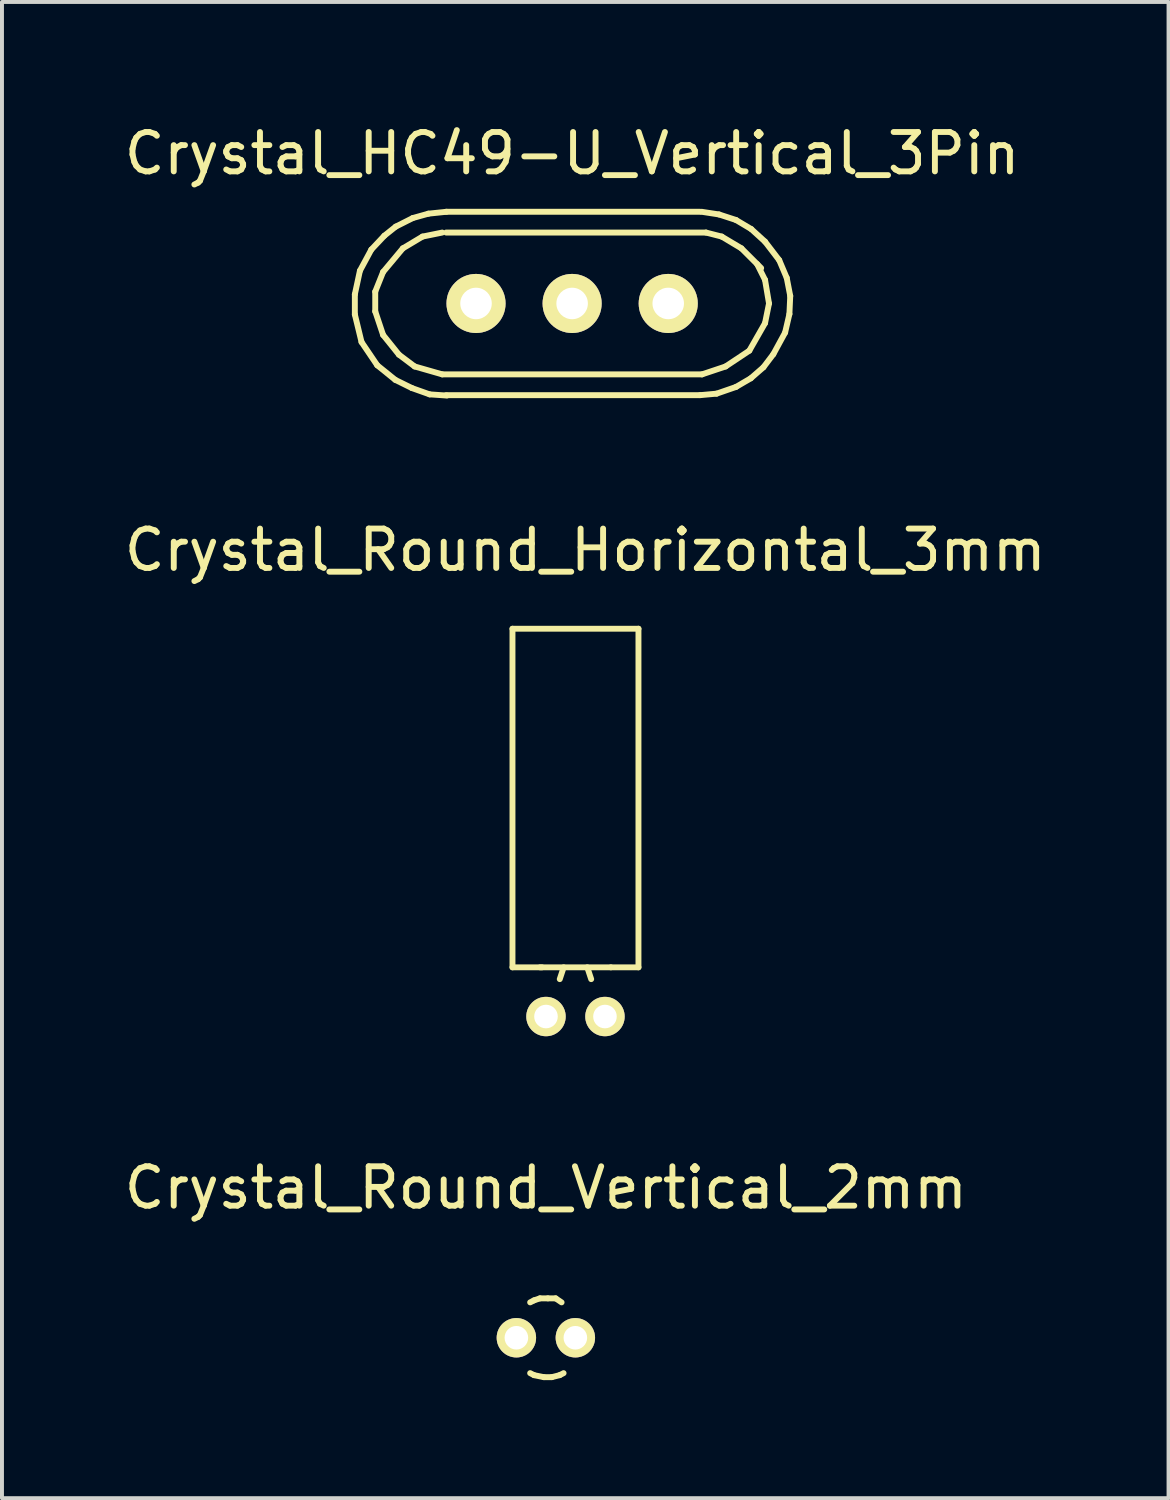
<source format=kicad_pcb>
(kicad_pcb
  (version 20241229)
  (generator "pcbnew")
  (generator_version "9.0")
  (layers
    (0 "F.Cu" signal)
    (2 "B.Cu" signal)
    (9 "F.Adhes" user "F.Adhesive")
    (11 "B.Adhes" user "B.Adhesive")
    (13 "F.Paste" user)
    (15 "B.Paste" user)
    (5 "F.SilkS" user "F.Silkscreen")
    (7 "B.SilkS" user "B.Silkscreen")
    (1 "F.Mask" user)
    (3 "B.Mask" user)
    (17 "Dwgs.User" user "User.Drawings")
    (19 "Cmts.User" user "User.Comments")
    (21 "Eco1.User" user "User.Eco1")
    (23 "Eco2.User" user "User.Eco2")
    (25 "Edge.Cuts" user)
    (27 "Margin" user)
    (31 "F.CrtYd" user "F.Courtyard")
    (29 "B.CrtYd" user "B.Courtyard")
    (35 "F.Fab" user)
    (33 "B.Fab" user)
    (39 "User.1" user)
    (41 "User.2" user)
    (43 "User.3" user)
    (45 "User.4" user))
  (footprint "Crystal_Round_Vertical_2mm"
    (layer "F.Cu")
    (at 10.815 30.929)
    (property "Reference" "Crystal_Round_Vertical_2mm" (at 0 -3.81 0) (layer "F.SilkS") (effects (font (size 1 1) (thickness 0.15))))
    (attr through_hole)
    (fp_line (start -0.3 -0.95) (end -0.399 -0.899) (stroke (width 0.15) (type solid)) (layer "F.SilkS"))
    (fp_line (start -0.3 0.95) (end -0.399 0.899) (stroke (width 0.15) (type solid)) (layer "F.SilkS"))
    (fp_line (start -0.15 -1.001) (end -0.3 -0.95) (stroke (width 0.15) (type solid)) (layer "F.SilkS"))
    (fp_line (start -0.051 1.001) (end -0.3 0.95) (stroke (width 0.15) (type solid)) (layer "F.SilkS"))
    (fp_line (start 0.051 -1.001) (end -0.15 -1.001) (stroke (width 0.15) (type solid)) (layer "F.SilkS"))
    (fp_line (start 0.15 1.001) (end -0.051 1.001) (stroke (width 0.15) (type solid)) (layer "F.SilkS"))
    (fp_line (start 0.249 -1.001) (end 0.051 -1.001) (stroke (width 0.15) (type solid)) (layer "F.SilkS"))
    (fp_line (start 0.351 0.95) (end 0.15 1.001) (stroke (width 0.15) (type solid)) (layer "F.SilkS"))
    (fp_line (start 0.399 -0.899) (end 0.249 -1.001) (stroke (width 0.15) (type solid)) (layer "F.SilkS"))
    (fp_line (start 0.45 0.899) (end 0.351 0.95) (stroke (width 0.15) (type solid)) (layer "F.SilkS"))
    (pad "1" thru_hole circle (at -0.749 0) (size 1.001 1.001) (drill 0.599) (layers "*.Cu" "*.Mask" "F.SilkS"))
    (pad "2" thru_hole circle (at 0.749 0) (size 1.001 1.001) (drill 0.599) (layers "*.Cu" "*.Mask" "F.SilkS")))
  (footprint "Crystal_Round_Horizontal_3mm"
    (layer "F.Cu")
    (at 11.567 22.77)
    (property "Reference" "Crystal_Round_Horizontal_3mm" (at 0.249 -11.849 0) (layer "F.SilkS") (effects (font (size 1 1) (thickness 0.15))))
    (attr through_hole)
    (fp_line (start -1.6 -9.85) (end -1.6 -1.25) (stroke (width 0.15) (type solid)) (layer "F.SilkS"))
    (fp_line (start -0.851 -1.25) (end -1.6 -1.25) (stroke (width 0.15) (type solid)) (layer "F.SilkS"))
    (fp_line (start -0.3 -1.25) (end -0.399 -0.95) (stroke (width 0.15) (type solid)) (layer "F.SilkS"))
    (fp_line (start 0.3 -1.25) (end 0.399 -0.95) (stroke (width 0.15) (type solid)) (layer "F.SilkS"))
    (fp_line (start 0.899 -1.25) (end -0.899 -1.25) (stroke (width 0.15) (type solid)) (layer "F.SilkS"))
    (fp_line (start 0.899 -1.25) (end 1.6 -1.25) (stroke (width 0.15) (type solid)) (layer "F.SilkS"))
    (fp_line (start 1.6 -9.85) (end -1.6 -9.85) (stroke (width 0.15) (type solid)) (layer "F.SilkS"))
    (fp_line (start 1.6 -1.25) (end 1.6 -9.85) (stroke (width 0.15) (type solid)) (layer "F.SilkS"))
    (pad "1" thru_hole circle (at -0.749 0) (size 1.001 1.001) (drill 0.599) (layers "*.Cu" "*.Mask" "F.SilkS"))
    (pad "2" thru_hole circle (at 0.749 0) (size 1.001 1.001) (drill 0.599) (layers "*.Cu" "*.Mask" "F.SilkS")))
  (footprint "Crystal_HC49-U_Vertical_3Pin"
    (layer "F.Cu")
    (at 11.482 4.658)
    (property "Reference" "Crystal_HC49-U_Vertical_3Pin" (at 0 -3.81 0) (layer "F.SilkS") (effects (font (size 1 1) (thickness 0.15))))
    (attr through_hole)
    (fp_line (start -5.519 -0.231) (end -5.519 0.279) (stroke (width 0.15) (type solid)) (layer "F.SilkS"))
    (fp_line (start -5.519 0.279) (end -5.349 0.98) (stroke (width 0.15) (type solid)) (layer "F.SilkS"))
    (fp_line (start -5.39 -0.831) (end -5.519 -0.231) (stroke (width 0.15) (type solid)) (layer "F.SilkS"))
    (fp_line (start -5.349 0.98) (end -4.95 1.57) (stroke (width 0.15) (type solid)) (layer "F.SilkS"))
    (fp_line (start -5.1 -1.369) (end -5.39 -0.831) (stroke (width 0.15) (type solid)) (layer "F.SilkS"))
    (fp_line (start -5.001 -0.3) (end -4.801 -0.8) (stroke (width 0.15) (type solid)) (layer "F.SilkS"))
    (fp_line (start -5.001 0.201) (end -5.001 -0.3) (stroke (width 0.15) (type solid)) (layer "F.SilkS"))
    (fp_line (start -4.95 1.57) (end -4.491 1.941) (stroke (width 0.15) (type solid)) (layer "F.SilkS"))
    (fp_line (start -4.801 -0.8) (end -4.3 -1.4) (stroke (width 0.15) (type solid)) (layer "F.SilkS"))
    (fp_line (start -4.801 0.8) (end -5.001 0.201) (stroke (width 0.15) (type solid)) (layer "F.SilkS"))
    (fp_line (start -4.77 -1.72) (end -5.1 -1.369) (stroke (width 0.15) (type solid)) (layer "F.SilkS"))
    (fp_line (start -4.491 1.941) (end -4.069 2.149) (stroke (width 0.15) (type solid)) (layer "F.SilkS"))
    (fp_line (start -4.481 -1.951) (end -4.77 -1.72) (stroke (width 0.15) (type solid)) (layer "F.SilkS"))
    (fp_line (start -4.399 1.3) (end -4.801 0.8) (stroke (width 0.15) (type solid)) (layer "F.SilkS"))
    (fp_line (start -4.3 -1.4) (end -3.8 -1.699) (stroke (width 0.15) (type solid)) (layer "F.SilkS"))
    (fp_line (start -4.069 2.149) (end -3.619 2.309) (stroke (width 0.15) (type solid)) (layer "F.SilkS"))
    (fp_line (start -4.049 -2.169) (end -4.481 -1.951) (stroke (width 0.15) (type solid)) (layer "F.SilkS"))
    (fp_line (start -4 1.6) (end -4.399 1.3) (stroke (width 0.15) (type solid)) (layer "F.SilkS"))
    (fp_line (start -3.8 -1.699) (end -3.299 -1.801) (stroke (width 0.15) (type solid)) (layer "F.SilkS"))
    (fp_line (start -3.65 -2.281) (end -4.049 -2.169) (stroke (width 0.15) (type solid)) (layer "F.SilkS"))
    (fp_line (start -3.619 2.309) (end -3.18 2.339) (stroke (width 0.15) (type solid)) (layer "F.SilkS"))
    (fp_line (start -3.299 1.801) (end -4 1.6) (stroke (width 0.15) (type solid)) (layer "F.SilkS"))
    (fp_line (start -3.2 -2.329) (end 3.251 -2.329) (stroke (width 0.15) (type solid)) (layer "F.SilkS"))
    (fp_line (start -3.2 -1.801) (end 3.401 -1.801) (stroke (width 0.15) (type solid)) (layer "F.SilkS"))
    (fp_line (start -3.2 2.329) (end 3.251 2.329) (stroke (width 0.15) (type solid)) (layer "F.SilkS"))
    (fp_line (start -3.19 -2.329) (end -3.65 -2.281) (stroke (width 0.15) (type solid)) (layer "F.SilkS"))
    (fp_line (start 3.251 2.329) (end 3.67 2.291) (stroke (width 0.15) (type solid)) (layer "F.SilkS"))
    (fp_line (start 3.299 1.801) (end -3.299 1.801) (stroke (width 0.15) (type solid)) (layer "F.SilkS"))
    (fp_line (start 3.401 -1.801) (end 3.8 -1.699) (stroke (width 0.15) (type solid)) (layer "F.SilkS"))
    (fp_line (start 3.67 2.291) (end 4.161 2.121) (stroke (width 0.15) (type solid)) (layer "F.SilkS"))
    (fp_line (start 3.731 -2.261) (end 3.289 -2.329) (stroke (width 0.15) (type solid)) (layer "F.SilkS"))
    (fp_line (start 3.8 -1.699) (end 4.3 -1.4) (stroke (width 0.15) (type solid)) (layer "F.SilkS"))
    (fp_line (start 3.899 1.6) (end 3.299 1.801) (stroke (width 0.15) (type solid)) (layer "F.SilkS"))
    (fp_line (start 4.161 -2.121) (end 3.731 -2.261) (stroke (width 0.15) (type solid)) (layer "F.SilkS"))
    (fp_line (start 4.161 2.121) (end 4.539 1.9) (stroke (width 0.15) (type solid)) (layer "F.SilkS"))
    (fp_line (start 4.3 -1.4) (end 4.801 -0.899) (stroke (width 0.15) (type solid)) (layer "F.SilkS"))
    (fp_line (start 4.501 1.199) (end 3.899 1.6) (stroke (width 0.15) (type solid)) (layer "F.SilkS"))
    (fp_line (start 4.539 1.9) (end 4.859 1.621) (stroke (width 0.15) (type solid)) (layer "F.SilkS"))
    (fp_line (start 4.549 -1.89) (end 4.161 -2.121) (stroke (width 0.15) (type solid)) (layer "F.SilkS"))
    (fp_line (start 4.699 -1.001) (end 4.9 -0.599) (stroke (width 0.15) (type solid)) (layer "F.SilkS"))
    (fp_line (start 4.859 1.621) (end 5.11 1.29) (stroke (width 0.15) (type solid)) (layer "F.SilkS"))
    (fp_line (start 4.9 -1.57) (end 4.549 -1.89) (stroke (width 0.15) (type solid)) (layer "F.SilkS"))
    (fp_line (start 4.9 -0.599) (end 5.001 0) (stroke (width 0.15) (type solid)) (layer "F.SilkS"))
    (fp_line (start 4.9 0.5) (end 4.501 1.199) (stroke (width 0.15) (type solid)) (layer "F.SilkS"))
    (fp_line (start 5.001 0) (end 4.9 0.5) (stroke (width 0.15) (type solid)) (layer "F.SilkS"))
    (fp_line (start 5.11 1.29) (end 5.41 0.739) (stroke (width 0.15) (type solid)) (layer "F.SilkS"))
    (fp_line (start 5.26 -1.1) (end 4.9 -1.57) (stroke (width 0.15) (type solid)) (layer "F.SilkS"))
    (fp_line (start 5.41 0.739) (end 5.519 0.269) (stroke (width 0.15) (type solid)) (layer "F.SilkS"))
    (fp_line (start 5.451 -0.65) (end 5.26 -1.1) (stroke (width 0.15) (type solid)) (layer "F.SilkS"))
    (fp_line (start 5.519 0.269) (end 5.54 -0.191) (stroke (width 0.15) (type solid)) (layer "F.SilkS"))
    (fp_line (start 5.54 -0.191) (end 5.451 -0.65) (stroke (width 0.15) (type solid)) (layer "F.SilkS"))
    (pad "1" thru_hole circle (at -2.441 0) (size 1.501 1.501) (drill 0.8) (layers "*.Cu" "*.Mask" "F.SilkS"))
    (pad "2" thru_hole circle (at 2.441 0) (size 1.501 1.501) (drill 0.8) (layers "*.Cu" "*.Mask" "F.SilkS"))
    (pad "3" thru_hole circle (at 0 0) (size 1.501 1.501) (drill 0.8) (layers "*.Cu" "*.Mask" "F.SilkS")))
  (gr_rect
    (start -3 -3)
    (end 26.631 35.004)
    (stroke (width 0.1) (type default))
    (fill no)
    (layer "Edge.Cuts")))
</source>
